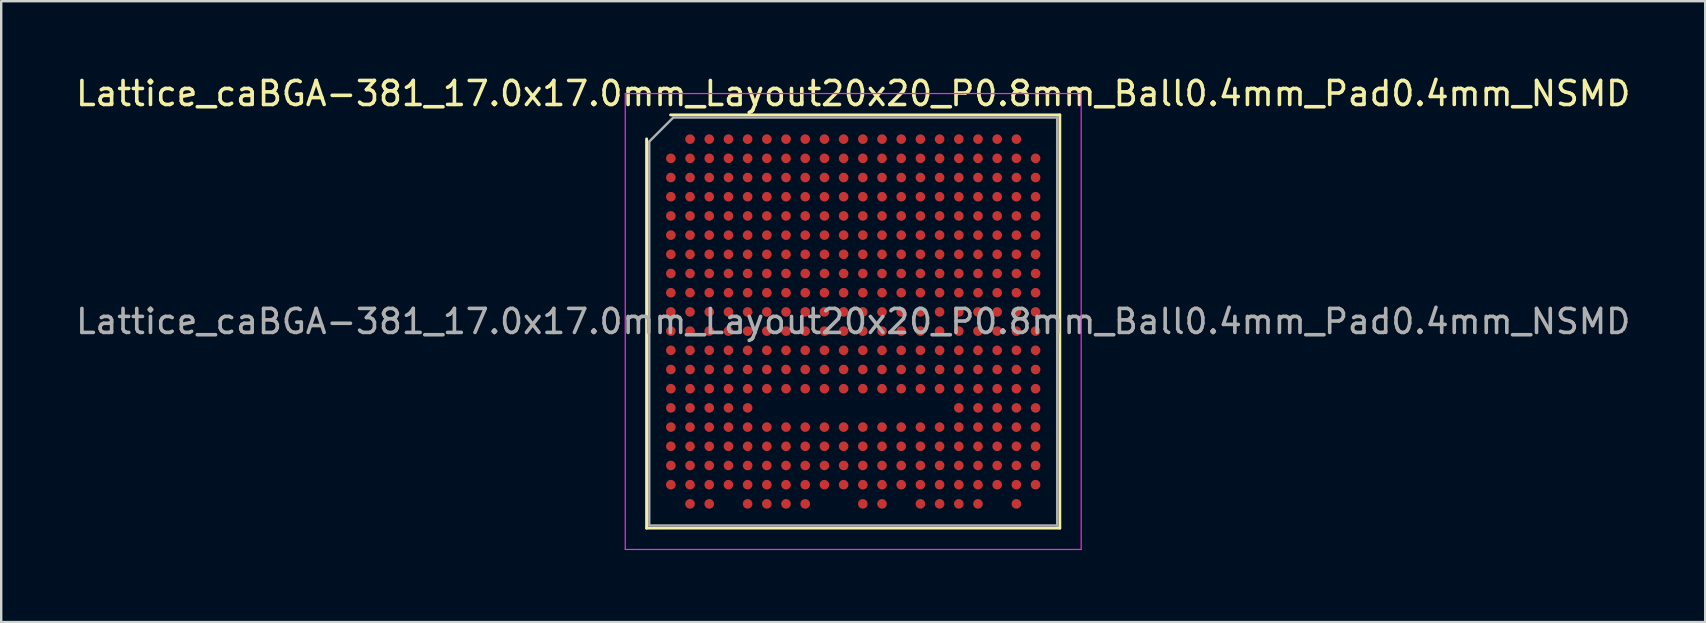
<source format=kicad_pcb>
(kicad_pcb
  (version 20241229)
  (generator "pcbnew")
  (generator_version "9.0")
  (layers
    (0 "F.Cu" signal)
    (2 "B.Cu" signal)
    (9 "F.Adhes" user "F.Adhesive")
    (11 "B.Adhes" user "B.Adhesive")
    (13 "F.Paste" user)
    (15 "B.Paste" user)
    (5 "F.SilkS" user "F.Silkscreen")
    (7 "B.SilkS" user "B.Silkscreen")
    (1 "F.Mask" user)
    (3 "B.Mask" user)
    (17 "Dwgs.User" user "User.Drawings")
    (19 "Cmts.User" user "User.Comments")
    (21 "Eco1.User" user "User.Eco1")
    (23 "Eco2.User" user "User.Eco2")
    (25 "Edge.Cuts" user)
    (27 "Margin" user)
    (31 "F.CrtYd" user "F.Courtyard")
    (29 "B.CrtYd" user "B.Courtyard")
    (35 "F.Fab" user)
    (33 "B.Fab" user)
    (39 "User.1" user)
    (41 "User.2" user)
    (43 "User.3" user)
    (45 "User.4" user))
  (footprint "Lattice_caBGA-381_17.0x17.0mm_Layout20x20_P0.8mm_Ball0.4mm_Pad0.4mm_NSMD"
    (layer "F.Cu")
    (at 32.506 10.348)
    (property "Reference" "Lattice_caBGA-381_17.0x17.0mm_Layout20x20_P0.8mm_Ball0.4mm_Pad0.4mm_NSMD" (at 0 -9.5 0) (layer "F.SilkS") (effects (font (size 1 1) (thickness 0.15))))
    (attr smd)
    (fp_line (start -8.61 8.61) (end -8.61 -7.61) (stroke (width 0.12) (type solid)) (layer "F.SilkS"))
    (fp_line (start -7.61 -8.61) (end 8.61 -8.61) (stroke (width 0.12) (type solid)) (layer "F.SilkS"))
    (fp_line (start 8.61 -8.61) (end 8.61 8.61) (stroke (width 0.12) (type solid)) (layer "F.SilkS"))
    (fp_line (start 8.61 8.61) (end -8.61 8.61) (stroke (width 0.12) (type solid)) (layer "F.SilkS"))
    (fp_line (start -9.5 -9.5) (end -9.5 9.5) (stroke (width 0.05) (type solid)) (layer "F.CrtYd"))
    (fp_line (start -9.5 9.5) (end 9.5 9.5) (stroke (width 0.05) (type solid)) (layer "F.CrtYd"))
    (fp_line (start 9.5 -9.5) (end -9.5 -9.5) (stroke (width 0.05) (type solid)) (layer "F.CrtYd"))
    (fp_line (start 9.5 9.5) (end 9.5 -9.5) (stroke (width 0.05) (type solid)) (layer "F.CrtYd"))
    (fp_line (start -8.5 -7.5) (end -7.5 -8.5) (stroke (width 0.1) (type solid)) (layer "F.Fab"))
    (fp_line (start -8.5 8.5) (end -8.5 -7.5) (stroke (width 0.1) (type solid)) (layer "F.Fab"))
    (fp_line (start -7.5 -8.5) (end 8.5 -8.5) (stroke (width 0.1) (type solid)) (layer "F.Fab"))
    (fp_line (start 8.5 -8.5) (end 8.5 8.5) (stroke (width 0.1) (type solid)) (layer "F.Fab"))
    (fp_line (start 8.5 8.5) (end -8.5 8.5) (stroke (width 0.1) (type solid)) (layer "F.Fab"))
    (fp_text user "${REFERENCE}" (at 0 0 0) (layer "F.Fab") (effects (font (size 1 1) (thickness 0.15))))
    (pad "A2" smd circle (at -6.8 -7.6) (size 0.4 0.4) (layers "F.Cu" "F.Mask" "F.Paste"))
    (pad "A3" smd circle (at -6 -7.6) (size 0.4 0.4) (layers "F.Cu" "F.Mask" "F.Paste"))
    (pad "A4" smd circle (at -5.2 -7.6) (size 0.4 0.4) (layers "F.Cu" "F.Mask" "F.Paste"))
    (pad "A5" smd circle (at -4.4 -7.6) (size 0.4 0.4) (layers "F.Cu" "F.Mask" "F.Paste"))
    (pad "A6" smd circle (at -3.6 -7.6) (size 0.4 0.4) (layers "F.Cu" "F.Mask" "F.Paste"))
    (pad "A7" smd circle (at -2.8 -7.6) (size 0.4 0.4) (layers "F.Cu" "F.Mask" "F.Paste"))
    (pad "A8" smd circle (at -2 -7.6) (size 0.4 0.4) (layers "F.Cu" "F.Mask" "F.Paste"))
    (pad "A9" smd circle (at -1.2 -7.6) (size 0.4 0.4) (layers "F.Cu" "F.Mask" "F.Paste"))
    (pad "A10" smd circle (at -0.4 -7.6) (size 0.4 0.4) (layers "F.Cu" "F.Mask" "F.Paste"))
    (pad "A11" smd circle (at 0.4 -7.6) (size 0.4 0.4) (layers "F.Cu" "F.Mask" "F.Paste"))
    (pad "A12" smd circle (at 1.2 -7.6) (size 0.4 0.4) (layers "F.Cu" "F.Mask" "F.Paste"))
    (pad "A13" smd circle (at 2 -7.6) (size 0.4 0.4) (layers "F.Cu" "F.Mask" "F.Paste"))
    (pad "A14" smd circle (at 2.8 -7.6) (size 0.4 0.4) (layers "F.Cu" "F.Mask" "F.Paste"))
    (pad "A15" smd circle (at 3.6 -7.6) (size 0.4 0.4) (layers "F.Cu" "F.Mask" "F.Paste"))
    (pad "A16" smd circle (at 4.4 -7.6) (size 0.4 0.4) (layers "F.Cu" "F.Mask" "F.Paste"))
    (pad "A17" smd circle (at 5.2 -7.6) (size 0.4 0.4) (layers "F.Cu" "F.Mask" "F.Paste"))
    (pad "A18" smd circle (at 6 -7.6) (size 0.4 0.4) (layers "F.Cu" "F.Mask" "F.Paste"))
    (pad "A19" smd circle (at 6.8 -7.6) (size 0.4 0.4) (layers "F.Cu" "F.Mask" "F.Paste"))
    (pad "B1" smd circle (at -7.6 -6.8) (size 0.4 0.4) (layers "F.Cu" "F.Mask" "F.Paste"))
    (pad "B2" smd circle (at -6.8 -6.8) (size 0.4 0.4) (layers "F.Cu" "F.Mask" "F.Paste"))
    (pad "B3" smd circle (at -6 -6.8) (size 0.4 0.4) (layers "F.Cu" "F.Mask" "F.Paste"))
    (pad "B4" smd circle (at -5.2 -6.8) (size 0.4 0.4) (layers "F.Cu" "F.Mask" "F.Paste"))
    (pad "B5" smd circle (at -4.4 -6.8) (size 0.4 0.4) (layers "F.Cu" "F.Mask" "F.Paste"))
    (pad "B6" smd circle (at -3.6 -6.8) (size 0.4 0.4) (layers "F.Cu" "F.Mask" "F.Paste"))
    (pad "B7" smd circle (at -2.8 -6.8) (size 0.4 0.4) (layers "F.Cu" "F.Mask" "F.Paste"))
    (pad "B8" smd circle (at -2 -6.8) (size 0.4 0.4) (layers "F.Cu" "F.Mask" "F.Paste"))
    (pad "B9" smd circle (at -1.2 -6.8) (size 0.4 0.4) (layers "F.Cu" "F.Mask" "F.Paste"))
    (pad "B10" smd circle (at -0.4 -6.8) (size 0.4 0.4) (layers "F.Cu" "F.Mask" "F.Paste"))
    (pad "B11" smd circle (at 0.4 -6.8) (size 0.4 0.4) (layers "F.Cu" "F.Mask" "F.Paste"))
    (pad "B12" smd circle (at 1.2 -6.8) (size 0.4 0.4) (layers "F.Cu" "F.Mask" "F.Paste"))
    (pad "B13" smd circle (at 2 -6.8) (size 0.4 0.4) (layers "F.Cu" "F.Mask" "F.Paste"))
    (pad "B14" smd circle (at 2.8 -6.8) (size 0.4 0.4) (layers "F.Cu" "F.Mask" "F.Paste"))
    (pad "B15" smd circle (at 3.6 -6.8) (size 0.4 0.4) (layers "F.Cu" "F.Mask" "F.Paste"))
    (pad "B16" smd circle (at 4.4 -6.8) (size 0.4 0.4) (layers "F.Cu" "F.Mask" "F.Paste"))
    (pad "B17" smd circle (at 5.2 -6.8) (size 0.4 0.4) (layers "F.Cu" "F.Mask" "F.Paste"))
    (pad "B18" smd circle (at 6 -6.8) (size 0.4 0.4) (layers "F.Cu" "F.Mask" "F.Paste"))
    (pad "B19" smd circle (at 6.8 -6.8) (size 0.4 0.4) (layers "F.Cu" "F.Mask" "F.Paste"))
    (pad "B20" smd circle (at 7.6 -6.8) (size 0.4 0.4) (layers "F.Cu" "F.Mask" "F.Paste"))
    (pad "C1" smd circle (at -7.6 -6) (size 0.4 0.4) (layers "F.Cu" "F.Mask" "F.Paste"))
    (pad "C2" smd circle (at -6.8 -6) (size 0.4 0.4) (layers "F.Cu" "F.Mask" "F.Paste"))
    (pad "C3" smd circle (at -6 -6) (size 0.4 0.4) (layers "F.Cu" "F.Mask" "F.Paste"))
    (pad "C4" smd circle (at -5.2 -6) (size 0.4 0.4) (layers "F.Cu" "F.Mask" "F.Paste"))
    (pad "C5" smd circle (at -4.4 -6) (size 0.4 0.4) (layers "F.Cu" "F.Mask" "F.Paste"))
    (pad "C6" smd circle (at -3.6 -6) (size 0.4 0.4) (layers "F.Cu" "F.Mask" "F.Paste"))
    (pad "C7" smd circle (at -2.8 -6) (size 0.4 0.4) (layers "F.Cu" "F.Mask" "F.Paste"))
    (pad "C8" smd circle (at -2 -6) (size 0.4 0.4) (layers "F.Cu" "F.Mask" "F.Paste"))
    (pad "C9" smd circle (at -1.2 -6) (size 0.4 0.4) (layers "F.Cu" "F.Mask" "F.Paste"))
    (pad "C10" smd circle (at -0.4 -6) (size 0.4 0.4) (layers "F.Cu" "F.Mask" "F.Paste"))
    (pad "C11" smd circle (at 0.4 -6) (size 0.4 0.4) (layers "F.Cu" "F.Mask" "F.Paste"))
    (pad "C12" smd circle (at 1.2 -6) (size 0.4 0.4) (layers "F.Cu" "F.Mask" "F.Paste"))
    (pad "C13" smd circle (at 2 -6) (size 0.4 0.4) (layers "F.Cu" "F.Mask" "F.Paste"))
    (pad "C14" smd circle (at 2.8 -6) (size 0.4 0.4) (layers "F.Cu" "F.Mask" "F.Paste"))
    (pad "C15" smd circle (at 3.6 -6) (size 0.4 0.4) (layers "F.Cu" "F.Mask" "F.Paste"))
    (pad "C16" smd circle (at 4.4 -6) (size 0.4 0.4) (layers "F.Cu" "F.Mask" "F.Paste"))
    (pad "C17" smd circle (at 5.2 -6) (size 0.4 0.4) (layers "F.Cu" "F.Mask" "F.Paste"))
    (pad "C18" smd circle (at 6 -6) (size 0.4 0.4) (layers "F.Cu" "F.Mask" "F.Paste"))
    (pad "C19" smd circle (at 6.8 -6) (size 0.4 0.4) (layers "F.Cu" "F.Mask" "F.Paste"))
    (pad "C20" smd circle (at 7.6 -6) (size 0.4 0.4) (layers "F.Cu" "F.Mask" "F.Paste"))
    (pad "D1" smd circle (at -7.6 -5.2) (size 0.4 0.4) (layers "F.Cu" "F.Mask" "F.Paste"))
    (pad "D2" smd circle (at -6.8 -5.2) (size 0.4 0.4) (layers "F.Cu" "F.Mask" "F.Paste"))
    (pad "D3" smd circle (at -6 -5.2) (size 0.4 0.4) (layers "F.Cu" "F.Mask" "F.Paste"))
    (pad "D4" smd circle (at -5.2 -5.2) (size 0.4 0.4) (layers "F.Cu" "F.Mask" "F.Paste"))
    (pad "D5" smd circle (at -4.4 -5.2) (size 0.4 0.4) (layers "F.Cu" "F.Mask" "F.Paste"))
    (pad "D6" smd circle (at -3.6 -5.2) (size 0.4 0.4) (layers "F.Cu" "F.Mask" "F.Paste"))
    (pad "D7" smd circle (at -2.8 -5.2) (size 0.4 0.4) (layers "F.Cu" "F.Mask" "F.Paste"))
    (pad "D8" smd circle (at -2 -5.2) (size 0.4 0.4) (layers "F.Cu" "F.Mask" "F.Paste"))
    (pad "D9" smd circle (at -1.2 -5.2) (size 0.4 0.4) (layers "F.Cu" "F.Mask" "F.Paste"))
    (pad "D10" smd circle (at -0.4 -5.2) (size 0.4 0.4) (layers "F.Cu" "F.Mask" "F.Paste"))
    (pad "D11" smd circle (at 0.4 -5.2) (size 0.4 0.4) (layers "F.Cu" "F.Mask" "F.Paste"))
    (pad "D12" smd circle (at 1.2 -5.2) (size 0.4 0.4) (layers "F.Cu" "F.Mask" "F.Paste"))
    (pad "D13" smd circle (at 2 -5.2) (size 0.4 0.4) (layers "F.Cu" "F.Mask" "F.Paste"))
    (pad "D14" smd circle (at 2.8 -5.2) (size 0.4 0.4) (layers "F.Cu" "F.Mask" "F.Paste"))
    (pad "D15" smd circle (at 3.6 -5.2) (size 0.4 0.4) (layers "F.Cu" "F.Mask" "F.Paste"))
    (pad "D16" smd circle (at 4.4 -5.2) (size 0.4 0.4) (layers "F.Cu" "F.Mask" "F.Paste"))
    (pad "D17" smd circle (at 5.2 -5.2) (size 0.4 0.4) (layers "F.Cu" "F.Mask" "F.Paste"))
    (pad "D18" smd circle (at 6 -5.2) (size 0.4 0.4) (layers "F.Cu" "F.Mask" "F.Paste"))
    (pad "D19" smd circle (at 6.8 -5.2) (size 0.4 0.4) (layers "F.Cu" "F.Mask" "F.Paste"))
    (pad "D20" smd circle (at 7.6 -5.2) (size 0.4 0.4) (layers "F.Cu" "F.Mask" "F.Paste"))
    (pad "E1" smd circle (at -7.6 -4.4) (size 0.4 0.4) (layers "F.Cu" "F.Mask" "F.Paste"))
    (pad "E2" smd circle (at -6.8 -4.4) (size 0.4 0.4) (layers "F.Cu" "F.Mask" "F.Paste"))
    (pad "E3" smd circle (at -6 -4.4) (size 0.4 0.4) (layers "F.Cu" "F.Mask" "F.Paste"))
    (pad "E4" smd circle (at -5.2 -4.4) (size 0.4 0.4) (layers "F.Cu" "F.Mask" "F.Paste"))
    (pad "E5" smd circle (at -4.4 -4.4) (size 0.4 0.4) (layers "F.Cu" "F.Mask" "F.Paste"))
    (pad "E6" smd circle (at -3.6 -4.4) (size 0.4 0.4) (layers "F.Cu" "F.Mask" "F.Paste"))
    (pad "E7" smd circle (at -2.8 -4.4) (size 0.4 0.4) (layers "F.Cu" "F.Mask" "F.Paste"))
    (pad "E8" smd circle (at -2 -4.4) (size 0.4 0.4) (layers "F.Cu" "F.Mask" "F.Paste"))
    (pad "E9" smd circle (at -1.2 -4.4) (size 0.4 0.4) (layers "F.Cu" "F.Mask" "F.Paste"))
    (pad "E10" smd circle (at -0.4 -4.4) (size 0.4 0.4) (layers "F.Cu" "F.Mask" "F.Paste"))
    (pad "E11" smd circle (at 0.4 -4.4) (size 0.4 0.4) (layers "F.Cu" "F.Mask" "F.Paste"))
    (pad "E12" smd circle (at 1.2 -4.4) (size 0.4 0.4) (layers "F.Cu" "F.Mask" "F.Paste"))
    (pad "E13" smd circle (at 2 -4.4) (size 0.4 0.4) (layers "F.Cu" "F.Mask" "F.Paste"))
    (pad "E14" smd circle (at 2.8 -4.4) (size 0.4 0.4) (layers "F.Cu" "F.Mask" "F.Paste"))
    (pad "E15" smd circle (at 3.6 -4.4) (size 0.4 0.4) (layers "F.Cu" "F.Mask" "F.Paste"))
    (pad "E16" smd circle (at 4.4 -4.4) (size 0.4 0.4) (layers "F.Cu" "F.Mask" "F.Paste"))
    (pad "E17" smd circle (at 5.2 -4.4) (size 0.4 0.4) (layers "F.Cu" "F.Mask" "F.Paste"))
    (pad "E18" smd circle (at 6 -4.4) (size 0.4 0.4) (layers "F.Cu" "F.Mask" "F.Paste"))
    (pad "E19" smd circle (at 6.8 -4.4) (size 0.4 0.4) (layers "F.Cu" "F.Mask" "F.Paste"))
    (pad "E20" smd circle (at 7.6 -4.4) (size 0.4 0.4) (layers "F.Cu" "F.Mask" "F.Paste"))
    (pad "F1" smd circle (at -7.6 -3.6) (size 0.4 0.4) (layers "F.Cu" "F.Mask" "F.Paste"))
    (pad "F2" smd circle (at -6.8 -3.6) (size 0.4 0.4) (layers "F.Cu" "F.Mask" "F.Paste"))
    (pad "F3" smd circle (at -6 -3.6) (size 0.4 0.4) (layers "F.Cu" "F.Mask" "F.Paste"))
    (pad "F4" smd circle (at -5.2 -3.6) (size 0.4 0.4) (layers "F.Cu" "F.Mask" "F.Paste"))
    (pad "F5" smd circle (at -4.4 -3.6) (size 0.4 0.4) (layers "F.Cu" "F.Mask" "F.Paste"))
    (pad "F6" smd circle (at -3.6 -3.6) (size 0.4 0.4) (layers "F.Cu" "F.Mask" "F.Paste"))
    (pad "F7" smd circle (at -2.8 -3.6) (size 0.4 0.4) (layers "F.Cu" "F.Mask" "F.Paste"))
    (pad "F8" smd circle (at -2 -3.6) (size 0.4 0.4) (layers "F.Cu" "F.Mask" "F.Paste"))
    (pad "F9" smd circle (at -1.2 -3.6) (size 0.4 0.4) (layers "F.Cu" "F.Mask" "F.Paste"))
    (pad "F10" smd circle (at -0.4 -3.6) (size 0.4 0.4) (layers "F.Cu" "F.Mask" "F.Paste"))
    (pad "F11" smd circle (at 0.4 -3.6) (size 0.4 0.4) (layers "F.Cu" "F.Mask" "F.Paste"))
    (pad "F12" smd circle (at 1.2 -3.6) (size 0.4 0.4) (layers "F.Cu" "F.Mask" "F.Paste"))
    (pad "F13" smd circle (at 2 -3.6) (size 0.4 0.4) (layers "F.Cu" "F.Mask" "F.Paste"))
    (pad "F14" smd circle (at 2.8 -3.6) (size 0.4 0.4) (layers "F.Cu" "F.Mask" "F.Paste"))
    (pad "F15" smd circle (at 3.6 -3.6) (size 0.4 0.4) (layers "F.Cu" "F.Mask" "F.Paste"))
    (pad "F16" smd circle (at 4.4 -3.6) (size 0.4 0.4) (layers "F.Cu" "F.Mask" "F.Paste"))
    (pad "F17" smd circle (at 5.2 -3.6) (size 0.4 0.4) (layers "F.Cu" "F.Mask" "F.Paste"))
    (pad "F18" smd circle (at 6 -3.6) (size 0.4 0.4) (layers "F.Cu" "F.Mask" "F.Paste"))
    (pad "F19" smd circle (at 6.8 -3.6) (size 0.4 0.4) (layers "F.Cu" "F.Mask" "F.Paste"))
    (pad "F20" smd circle (at 7.6 -3.6) (size 0.4 0.4) (layers "F.Cu" "F.Mask" "F.Paste"))
    (pad "G1" smd circle (at -7.6 -2.8) (size 0.4 0.4) (layers "F.Cu" "F.Mask" "F.Paste"))
    (pad "G2" smd circle (at -6.8 -2.8) (size 0.4 0.4) (layers "F.Cu" "F.Mask" "F.Paste"))
    (pad "G3" smd circle (at -6 -2.8) (size 0.4 0.4) (layers "F.Cu" "F.Mask" "F.Paste"))
    (pad "G4" smd circle (at -5.2 -2.8) (size 0.4 0.4) (layers "F.Cu" "F.Mask" "F.Paste"))
    (pad "G5" smd circle (at -4.4 -2.8) (size 0.4 0.4) (layers "F.Cu" "F.Mask" "F.Paste"))
    (pad "G6" smd circle (at -3.6 -2.8) (size 0.4 0.4) (layers "F.Cu" "F.Mask" "F.Paste"))
    (pad "G7" smd circle (at -2.8 -2.8) (size 0.4 0.4) (layers "F.Cu" "F.Mask" "F.Paste"))
    (pad "G8" smd circle (at -2 -2.8) (size 0.4 0.4) (layers "F.Cu" "F.Mask" "F.Paste"))
    (pad "G9" smd circle (at -1.2 -2.8) (size 0.4 0.4) (layers "F.Cu" "F.Mask" "F.Paste"))
    (pad "G10" smd circle (at -0.4 -2.8) (size 0.4 0.4) (layers "F.Cu" "F.Mask" "F.Paste"))
    (pad "G11" smd circle (at 0.4 -2.8) (size 0.4 0.4) (layers "F.Cu" "F.Mask" "F.Paste"))
    (pad "G12" smd circle (at 1.2 -2.8) (size 0.4 0.4) (layers "F.Cu" "F.Mask" "F.Paste"))
    (pad "G13" smd circle (at 2 -2.8) (size 0.4 0.4) (layers "F.Cu" "F.Mask" "F.Paste"))
    (pad "G14" smd circle (at 2.8 -2.8) (size 0.4 0.4) (layers "F.Cu" "F.Mask" "F.Paste"))
    (pad "G15" smd circle (at 3.6 -2.8) (size 0.4 0.4) (layers "F.Cu" "F.Mask" "F.Paste"))
    (pad "G16" smd circle (at 4.4 -2.8) (size 0.4 0.4) (layers "F.Cu" "F.Mask" "F.Paste"))
    (pad "G17" smd circle (at 5.2 -2.8) (size 0.4 0.4) (layers "F.Cu" "F.Mask" "F.Paste"))
    (pad "G18" smd circle (at 6 -2.8) (size 0.4 0.4) (layers "F.Cu" "F.Mask" "F.Paste"))
    (pad "G19" smd circle (at 6.8 -2.8) (size 0.4 0.4) (layers "F.Cu" "F.Mask" "F.Paste"))
    (pad "G20" smd circle (at 7.6 -2.8) (size 0.4 0.4) (layers "F.Cu" "F.Mask" "F.Paste"))
    (pad "H1" smd circle (at -7.6 -2) (size 0.4 0.4) (layers "F.Cu" "F.Mask" "F.Paste"))
    (pad "H2" smd circle (at -6.8 -2) (size 0.4 0.4) (layers "F.Cu" "F.Mask" "F.Paste"))
    (pad "H3" smd circle (at -6 -2) (size 0.4 0.4) (layers "F.Cu" "F.Mask" "F.Paste"))
    (pad "H4" smd circle (at -5.2 -2) (size 0.4 0.4) (layers "F.Cu" "F.Mask" "F.Paste"))
    (pad "H5" smd circle (at -4.4 -2) (size 0.4 0.4) (layers "F.Cu" "F.Mask" "F.Paste"))
    (pad "H6" smd circle (at -3.6 -2) (size 0.4 0.4) (layers "F.Cu" "F.Mask" "F.Paste"))
    (pad "H7" smd circle (at -2.8 -2) (size 0.4 0.4) (layers "F.Cu" "F.Mask" "F.Paste"))
    (pad "H8" smd circle (at -2 -2) (size 0.4 0.4) (layers "F.Cu" "F.Mask" "F.Paste"))
    (pad "H9" smd circle (at -1.2 -2) (size 0.4 0.4) (layers "F.Cu" "F.Mask" "F.Paste"))
    (pad "H10" smd circle (at -0.4 -2) (size 0.4 0.4) (layers "F.Cu" "F.Mask" "F.Paste"))
    (pad "H11" smd circle (at 0.4 -2) (size 0.4 0.4) (layers "F.Cu" "F.Mask" "F.Paste"))
    (pad "H12" smd circle (at 1.2 -2) (size 0.4 0.4) (layers "F.Cu" "F.Mask" "F.Paste"))
    (pad "H13" smd circle (at 2 -2) (size 0.4 0.4) (layers "F.Cu" "F.Mask" "F.Paste"))
    (pad "H14" smd circle (at 2.8 -2) (size 0.4 0.4) (layers "F.Cu" "F.Mask" "F.Paste"))
    (pad "H15" smd circle (at 3.6 -2) (size 0.4 0.4) (layers "F.Cu" "F.Mask" "F.Paste"))
    (pad "H16" smd circle (at 4.4 -2) (size 0.4 0.4) (layers "F.Cu" "F.Mask" "F.Paste"))
    (pad "H17" smd circle (at 5.2 -2) (size 0.4 0.4) (layers "F.Cu" "F.Mask" "F.Paste"))
    (pad "H18" smd circle (at 6 -2) (size 0.4 0.4) (layers "F.Cu" "F.Mask" "F.Paste"))
    (pad "H19" smd circle (at 6.8 -2) (size 0.4 0.4) (layers "F.Cu" "F.Mask" "F.Paste"))
    (pad "H20" smd circle (at 7.6 -2) (size 0.4 0.4) (layers "F.Cu" "F.Mask" "F.Paste"))
    (pad "J1" smd circle (at -7.6 -1.2) (size 0.4 0.4) (layers "F.Cu" "F.Mask" "F.Paste"))
    (pad "J2" smd circle (at -6.8 -1.2) (size 0.4 0.4) (layers "F.Cu" "F.Mask" "F.Paste"))
    (pad "J3" smd circle (at -6 -1.2) (size 0.4 0.4) (layers "F.Cu" "F.Mask" "F.Paste"))
    (pad "J4" smd circle (at -5.2 -1.2) (size 0.4 0.4) (layers "F.Cu" "F.Mask" "F.Paste"))
    (pad "J5" smd circle (at -4.4 -1.2) (size 0.4 0.4) (layers "F.Cu" "F.Mask" "F.Paste"))
    (pad "J6" smd circle (at -3.6 -1.2) (size 0.4 0.4) (layers "F.Cu" "F.Mask" "F.Paste"))
    (pad "J7" smd circle (at -2.8 -1.2) (size 0.4 0.4) (layers "F.Cu" "F.Mask" "F.Paste"))
    (pad "J8" smd circle (at -2 -1.2) (size 0.4 0.4) (layers "F.Cu" "F.Mask" "F.Paste"))
    (pad "J9" smd circle (at -1.2 -1.2) (size 0.4 0.4) (layers "F.Cu" "F.Mask" "F.Paste"))
    (pad "J10" smd circle (at -0.4 -1.2) (size 0.4 0.4) (layers "F.Cu" "F.Mask" "F.Paste"))
    (pad "J11" smd circle (at 0.4 -1.2) (size 0.4 0.4) (layers "F.Cu" "F.Mask" "F.Paste"))
    (pad "J12" smd circle (at 1.2 -1.2) (size 0.4 0.4) (layers "F.Cu" "F.Mask" "F.Paste"))
    (pad "J13" smd circle (at 2 -1.2) (size 0.4 0.4) (layers "F.Cu" "F.Mask" "F.Paste"))
    (pad "J14" smd circle (at 2.8 -1.2) (size 0.4 0.4) (layers "F.Cu" "F.Mask" "F.Paste"))
    (pad "J15" smd circle (at 3.6 -1.2) (size 0.4 0.4) (layers "F.Cu" "F.Mask" "F.Paste"))
    (pad "J16" smd circle (at 4.4 -1.2) (size 0.4 0.4) (layers "F.Cu" "F.Mask" "F.Paste"))
    (pad "J17" smd circle (at 5.2 -1.2) (size 0.4 0.4) (layers "F.Cu" "F.Mask" "F.Paste"))
    (pad "J18" smd circle (at 6 -1.2) (size 0.4 0.4) (layers "F.Cu" "F.Mask" "F.Paste"))
    (pad "J19" smd circle (at 6.8 -1.2) (size 0.4 0.4) (layers "F.Cu" "F.Mask" "F.Paste"))
    (pad "J20" smd circle (at 7.6 -1.2) (size 0.4 0.4) (layers "F.Cu" "F.Mask" "F.Paste"))
    (pad "K1" smd circle (at -7.6 -0.4) (size 0.4 0.4) (layers "F.Cu" "F.Mask" "F.Paste"))
    (pad "K2" smd circle (at -6.8 -0.4) (size 0.4 0.4) (layers "F.Cu" "F.Mask" "F.Paste"))
    (pad "K3" smd circle (at -6 -0.4) (size 0.4 0.4) (layers "F.Cu" "F.Mask" "F.Paste"))
    (pad "K4" smd circle (at -5.2 -0.4) (size 0.4 0.4) (layers "F.Cu" "F.Mask" "F.Paste"))
    (pad "K5" smd circle (at -4.4 -0.4) (size 0.4 0.4) (layers "F.Cu" "F.Mask" "F.Paste"))
    (pad "K6" smd circle (at -3.6 -0.4) (size 0.4 0.4) (layers "F.Cu" "F.Mask" "F.Paste"))
    (pad "K7" smd circle (at -2.8 -0.4) (size 0.4 0.4) (layers "F.Cu" "F.Mask" "F.Paste"))
    (pad "K8" smd circle (at -2 -0.4) (size 0.4 0.4) (layers "F.Cu" "F.Mask" "F.Paste"))
    (pad "K9" smd circle (at -1.2 -0.4) (size 0.4 0.4) (layers "F.Cu" "F.Mask" "F.Paste"))
    (pad "K10" smd circle (at -0.4 -0.4) (size 0.4 0.4) (layers "F.Cu" "F.Mask" "F.Paste"))
    (pad "K11" smd circle (at 0.4 -0.4) (size 0.4 0.4) (layers "F.Cu" "F.Mask" "F.Paste"))
    (pad "K12" smd circle (at 1.2 -0.4) (size 0.4 0.4) (layers "F.Cu" "F.Mask" "F.Paste"))
    (pad "K13" smd circle (at 2 -0.4) (size 0.4 0.4) (layers "F.Cu" "F.Mask" "F.Paste"))
    (pad "K14" smd circle (at 2.8 -0.4) (size 0.4 0.4) (layers "F.Cu" "F.Mask" "F.Paste"))
    (pad "K15" smd circle (at 3.6 -0.4) (size 0.4 0.4) (layers "F.Cu" "F.Mask" "F.Paste"))
    (pad "K16" smd circle (at 4.4 -0.4) (size 0.4 0.4) (layers "F.Cu" "F.Mask" "F.Paste"))
    (pad "K17" smd circle (at 5.2 -0.4) (size 0.4 0.4) (layers "F.Cu" "F.Mask" "F.Paste"))
    (pad "K18" smd circle (at 6 -0.4) (size 0.4 0.4) (layers "F.Cu" "F.Mask" "F.Paste"))
    (pad "K19" smd circle (at 6.8 -0.4) (size 0.4 0.4) (layers "F.Cu" "F.Mask" "F.Paste"))
    (pad "K20" smd circle (at 7.6 -0.4) (size 0.4 0.4) (layers "F.Cu" "F.Mask" "F.Paste"))
    (pad "L1" smd circle (at -7.6 0.4) (size 0.4 0.4) (layers "F.Cu" "F.Mask" "F.Paste"))
    (pad "L2" smd circle (at -6.8 0.4) (size 0.4 0.4) (layers "F.Cu" "F.Mask" "F.Paste"))
    (pad "L3" smd circle (at -6 0.4) (size 0.4 0.4) (layers "F.Cu" "F.Mask" "F.Paste"))
    (pad "L4" smd circle (at -5.2 0.4) (size 0.4 0.4) (layers "F.Cu" "F.Mask" "F.Paste"))
    (pad "L5" smd circle (at -4.4 0.4) (size 0.4 0.4) (layers "F.Cu" "F.Mask" "F.Paste"))
    (pad "L6" smd circle (at -3.6 0.4) (size 0.4 0.4) (layers "F.Cu" "F.Mask" "F.Paste"))
    (pad "L7" smd circle (at -2.8 0.4) (size 0.4 0.4) (layers "F.Cu" "F.Mask" "F.Paste"))
    (pad "L8" smd circle (at -2 0.4) (size 0.4 0.4) (layers "F.Cu" "F.Mask" "F.Paste"))
    (pad "L9" smd circle (at -1.2 0.4) (size 0.4 0.4) (layers "F.Cu" "F.Mask" "F.Paste"))
    (pad "L10" smd circle (at -0.4 0.4) (size 0.4 0.4) (layers "F.Cu" "F.Mask" "F.Paste"))
    (pad "L11" smd circle (at 0.4 0.4) (size 0.4 0.4) (layers "F.Cu" "F.Mask" "F.Paste"))
    (pad "L12" smd circle (at 1.2 0.4) (size 0.4 0.4) (layers "F.Cu" "F.Mask" "F.Paste"))
    (pad "L13" smd circle (at 2 0.4) (size 0.4 0.4) (layers "F.Cu" "F.Mask" "F.Paste"))
    (pad "L14" smd circle (at 2.8 0.4) (size 0.4 0.4) (layers "F.Cu" "F.Mask" "F.Paste"))
    (pad "L15" smd circle (at 3.6 0.4) (size 0.4 0.4) (layers "F.Cu" "F.Mask" "F.Paste"))
    (pad "L16" smd circle (at 4.4 0.4) (size 0.4 0.4) (layers "F.Cu" "F.Mask" "F.Paste"))
    (pad "L17" smd circle (at 5.2 0.4) (size 0.4 0.4) (layers "F.Cu" "F.Mask" "F.Paste"))
    (pad "L18" smd circle (at 6 0.4) (size 0.4 0.4) (layers "F.Cu" "F.Mask" "F.Paste"))
    (pad "L19" smd circle (at 6.8 0.4) (size 0.4 0.4) (layers "F.Cu" "F.Mask" "F.Paste"))
    (pad "L20" smd circle (at 7.6 0.4) (size 0.4 0.4) (layers "F.Cu" "F.Mask" "F.Paste"))
    (pad "M1" smd circle (at -7.6 1.2) (size 0.4 0.4) (layers "F.Cu" "F.Mask" "F.Paste"))
    (pad "M2" smd circle (at -6.8 1.2) (size 0.4 0.4) (layers "F.Cu" "F.Mask" "F.Paste"))
    (pad "M3" smd circle (at -6 1.2) (size 0.4 0.4) (layers "F.Cu" "F.Mask" "F.Paste"))
    (pad "M4" smd circle (at -5.2 1.2) (size 0.4 0.4) (layers "F.Cu" "F.Mask" "F.Paste"))
    (pad "M5" smd circle (at -4.4 1.2) (size 0.4 0.4) (layers "F.Cu" "F.Mask" "F.Paste"))
    (pad "M6" smd circle (at -3.6 1.2) (size 0.4 0.4) (layers "F.Cu" "F.Mask" "F.Paste"))
    (pad "M7" smd circle (at -2.8 1.2) (size 0.4 0.4) (layers "F.Cu" "F.Mask" "F.Paste"))
    (pad "M8" smd circle (at -2 1.2) (size 0.4 0.4) (layers "F.Cu" "F.Mask" "F.Paste"))
    (pad "M9" smd circle (at -1.2 1.2) (size 0.4 0.4) (layers "F.Cu" "F.Mask" "F.Paste"))
    (pad "M10" smd circle (at -0.4 1.2) (size 0.4 0.4) (layers "F.Cu" "F.Mask" "F.Paste"))
    (pad "M11" smd circle (at 0.4 1.2) (size 0.4 0.4) (layers "F.Cu" "F.Mask" "F.Paste"))
    (pad "M12" smd circle (at 1.2 1.2) (size 0.4 0.4) (layers "F.Cu" "F.Mask" "F.Paste"))
    (pad "M13" smd circle (at 2 1.2) (size 0.4 0.4) (layers "F.Cu" "F.Mask" "F.Paste"))
    (pad "M14" smd circle (at 2.8 1.2) (size 0.4 0.4) (layers "F.Cu" "F.Mask" "F.Paste"))
    (pad "M15" smd circle (at 3.6 1.2) (size 0.4 0.4) (layers "F.Cu" "F.Mask" "F.Paste"))
    (pad "M16" smd circle (at 4.4 1.2) (size 0.4 0.4) (layers "F.Cu" "F.Mask" "F.Paste"))
    (pad "M17" smd circle (at 5.2 1.2) (size 0.4 0.4) (layers "F.Cu" "F.Mask" "F.Paste"))
    (pad "M18" smd circle (at 6 1.2) (size 0.4 0.4) (layers "F.Cu" "F.Mask" "F.Paste"))
    (pad "M19" smd circle (at 6.8 1.2) (size 0.4 0.4) (layers "F.Cu" "F.Mask" "F.Paste"))
    (pad "M20" smd circle (at 7.6 1.2) (size 0.4 0.4) (layers "F.Cu" "F.Mask" "F.Paste"))
    (pad "N1" smd circle (at -7.6 2) (size 0.4 0.4) (layers "F.Cu" "F.Mask" "F.Paste"))
    (pad "N2" smd circle (at -6.8 2) (size 0.4 0.4) (layers "F.Cu" "F.Mask" "F.Paste"))
    (pad "N3" smd circle (at -6 2) (size 0.4 0.4) (layers "F.Cu" "F.Mask" "F.Paste"))
    (pad "N4" smd circle (at -5.2 2) (size 0.4 0.4) (layers "F.Cu" "F.Mask" "F.Paste"))
    (pad "N5" smd circle (at -4.4 2) (size 0.4 0.4) (layers "F.Cu" "F.Mask" "F.Paste"))
    (pad "N6" smd circle (at -3.6 2) (size 0.4 0.4) (layers "F.Cu" "F.Mask" "F.Paste"))
    (pad "N7" smd circle (at -2.8 2) (size 0.4 0.4) (layers "F.Cu" "F.Mask" "F.Paste"))
    (pad "N8" smd circle (at -2 2) (size 0.4 0.4) (layers "F.Cu" "F.Mask" "F.Paste"))
    (pad "N9" smd circle (at -1.2 2) (size 0.4 0.4) (layers "F.Cu" "F.Mask" "F.Paste"))
    (pad "N10" smd circle (at -0.4 2) (size 0.4 0.4) (layers "F.Cu" "F.Mask" "F.Paste"))
    (pad "N11" smd circle (at 0.4 2) (size 0.4 0.4) (layers "F.Cu" "F.Mask" "F.Paste"))
    (pad "N12" smd circle (at 1.2 2) (size 0.4 0.4) (layers "F.Cu" "F.Mask" "F.Paste"))
    (pad "N13" smd circle (at 2 2) (size 0.4 0.4) (layers "F.Cu" "F.Mask" "F.Paste"))
    (pad "N14" smd circle (at 2.8 2) (size 0.4 0.4) (layers "F.Cu" "F.Mask" "F.Paste"))
    (pad "N15" smd circle (at 3.6 2) (size 0.4 0.4) (layers "F.Cu" "F.Mask" "F.Paste"))
    (pad "N16" smd circle (at 4.4 2) (size 0.4 0.4) (layers "F.Cu" "F.Mask" "F.Paste"))
    (pad "N17" smd circle (at 5.2 2) (size 0.4 0.4) (layers "F.Cu" "F.Mask" "F.Paste"))
    (pad "N18" smd circle (at 6 2) (size 0.4 0.4) (layers "F.Cu" "F.Mask" "F.Paste"))
    (pad "N19" smd circle (at 6.8 2) (size 0.4 0.4) (layers "F.Cu" "F.Mask" "F.Paste"))
    (pad "N20" smd circle (at 7.6 2) (size 0.4 0.4) (layers "F.Cu" "F.Mask" "F.Paste"))
    (pad "P1" smd circle (at -7.6 2.8) (size 0.4 0.4) (layers "F.Cu" "F.Mask" "F.Paste"))
    (pad "P2" smd circle (at -6.8 2.8) (size 0.4 0.4) (layers "F.Cu" "F.Mask" "F.Paste"))
    (pad "P3" smd circle (at -6 2.8) (size 0.4 0.4) (layers "F.Cu" "F.Mask" "F.Paste"))
    (pad "P4" smd circle (at -5.2 2.8) (size 0.4 0.4) (layers "F.Cu" "F.Mask" "F.Paste"))
    (pad "P5" smd circle (at -4.4 2.8) (size 0.4 0.4) (layers "F.Cu" "F.Mask" "F.Paste"))
    (pad "P6" smd circle (at -3.6 2.8) (size 0.4 0.4) (layers "F.Cu" "F.Mask" "F.Paste"))
    (pad "P7" smd circle (at -2.8 2.8) (size 0.4 0.4) (layers "F.Cu" "F.Mask" "F.Paste"))
    (pad "P8" smd circle (at -2 2.8) (size 0.4 0.4) (layers "F.Cu" "F.Mask" "F.Paste"))
    (pad "P9" smd circle (at -1.2 2.8) (size 0.4 0.4) (layers "F.Cu" "F.Mask" "F.Paste"))
    (pad "P10" smd circle (at -0.4 2.8) (size 0.4 0.4) (layers "F.Cu" "F.Mask" "F.Paste"))
    (pad "P11" smd circle (at 0.4 2.8) (size 0.4 0.4) (layers "F.Cu" "F.Mask" "F.Paste"))
    (pad "P12" smd circle (at 1.2 2.8) (size 0.4 0.4) (layers "F.Cu" "F.Mask" "F.Paste"))
    (pad "P13" smd circle (at 2 2.8) (size 0.4 0.4) (layers "F.Cu" "F.Mask" "F.Paste"))
    (pad "P14" smd circle (at 2.8 2.8) (size 0.4 0.4) (layers "F.Cu" "F.Mask" "F.Paste"))
    (pad "P15" smd circle (at 3.6 2.8) (size 0.4 0.4) (layers "F.Cu" "F.Mask" "F.Paste"))
    (pad "P16" smd circle (at 4.4 2.8) (size 0.4 0.4) (layers "F.Cu" "F.Mask" "F.Paste"))
    (pad "P17" smd circle (at 5.2 2.8) (size 0.4 0.4) (layers "F.Cu" "F.Mask" "F.Paste"))
    (pad "P18" smd circle (at 6 2.8) (size 0.4 0.4) (layers "F.Cu" "F.Mask" "F.Paste"))
    (pad "P19" smd circle (at 6.8 2.8) (size 0.4 0.4) (layers "F.Cu" "F.Mask" "F.Paste"))
    (pad "P20" smd circle (at 7.6 2.8) (size 0.4 0.4) (layers "F.Cu" "F.Mask" "F.Paste"))
    (pad "R1" smd circle (at -7.6 3.6) (size 0.4 0.4) (layers "F.Cu" "F.Mask" "F.Paste"))
    (pad "R2" smd circle (at -6.8 3.6) (size 0.4 0.4) (layers "F.Cu" "F.Mask" "F.Paste"))
    (pad "R3" smd circle (at -6 3.6) (size 0.4 0.4) (layers "F.Cu" "F.Mask" "F.Paste"))
    (pad "R4" smd circle (at -5.2 3.6) (size 0.4 0.4) (layers "F.Cu" "F.Mask" "F.Paste"))
    (pad "R5" smd circle (at -4.4 3.6) (size 0.4 0.4) (layers "F.Cu" "F.Mask" "F.Paste"))
    (pad "R16" smd circle (at 4.4 3.6) (size 0.4 0.4) (layers "F.Cu" "F.Mask" "F.Paste"))
    (pad "R17" smd circle (at 5.2 3.6) (size 0.4 0.4) (layers "F.Cu" "F.Mask" "F.Paste"))
    (pad "R18" smd circle (at 6 3.6) (size 0.4 0.4) (layers "F.Cu" "F.Mask" "F.Paste"))
    (pad "R19" smd circle (at 6.8 3.6) (size 0.4 0.4) (layers "F.Cu" "F.Mask" "F.Paste"))
    (pad "R20" smd circle (at 7.6 3.6) (size 0.4 0.4) (layers "F.Cu" "F.Mask" "F.Paste"))
    (pad "T1" smd circle (at -7.6 4.4) (size 0.4 0.4) (layers "F.Cu" "F.Mask" "F.Paste"))
    (pad "T2" smd circle (at -6.8 4.4) (size 0.4 0.4) (layers "F.Cu" "F.Mask" "F.Paste"))
    (pad "T3" smd circle (at -6 4.4) (size 0.4 0.4) (layers "F.Cu" "F.Mask" "F.Paste"))
    (pad "T4" smd circle (at -5.2 4.4) (size 0.4 0.4) (layers "F.Cu" "F.Mask" "F.Paste"))
    (pad "T5" smd circle (at -4.4 4.4) (size 0.4 0.4) (layers "F.Cu" "F.Mask" "F.Paste"))
    (pad "T6" smd circle (at -3.6 4.4) (size 0.4 0.4) (layers "F.Cu" "F.Mask" "F.Paste"))
    (pad "T7" smd circle (at -2.8 4.4) (size 0.4 0.4) (layers "F.Cu" "F.Mask" "F.Paste"))
    (pad "T8" smd circle (at -2 4.4) (size 0.4 0.4) (layers "F.Cu" "F.Mask" "F.Paste"))
    (pad "T9" smd circle (at -1.2 4.4) (size 0.4 0.4) (layers "F.Cu" "F.Mask" "F.Paste"))
    (pad "T10" smd circle (at -0.4 4.4) (size 0.4 0.4) (layers "F.Cu" "F.Mask" "F.Paste"))
    (pad "T11" smd circle (at 0.4 4.4) (size 0.4 0.4) (layers "F.Cu" "F.Mask" "F.Paste"))
    (pad "T12" smd circle (at 1.2 4.4) (size 0.4 0.4) (layers "F.Cu" "F.Mask" "F.Paste"))
    (pad "T13" smd circle (at 2 4.4) (size 0.4 0.4) (layers "F.Cu" "F.Mask" "F.Paste"))
    (pad "T14" smd circle (at 2.8 4.4) (size 0.4 0.4) (layers "F.Cu" "F.Mask" "F.Paste"))
    (pad "T15" smd circle (at 3.6 4.4) (size 0.4 0.4) (layers "F.Cu" "F.Mask" "F.Paste"))
    (pad "T16" smd circle (at 4.4 4.4) (size 0.4 0.4) (layers "F.Cu" "F.Mask" "F.Paste"))
    (pad "T17" smd circle (at 5.2 4.4) (size 0.4 0.4) (layers "F.Cu" "F.Mask" "F.Paste"))
    (pad "T18" smd circle (at 6 4.4) (size 0.4 0.4) (layers "F.Cu" "F.Mask" "F.Paste"))
    (pad "T19" smd circle (at 6.8 4.4) (size 0.4 0.4) (layers "F.Cu" "F.Mask" "F.Paste"))
    (pad "T20" smd circle (at 7.6 4.4) (size 0.4 0.4) (layers "F.Cu" "F.Mask" "F.Paste"))
    (pad "U1" smd circle (at -7.6 5.2) (size 0.4 0.4) (layers "F.Cu" "F.Mask" "F.Paste"))
    (pad "U2" smd circle (at -6.8 5.2) (size 0.4 0.4) (layers "F.Cu" "F.Mask" "F.Paste"))
    (pad "U3" smd circle (at -6 5.2) (size 0.4 0.4) (layers "F.Cu" "F.Mask" "F.Paste"))
    (pad "U4" smd circle (at -5.2 5.2) (size 0.4 0.4) (layers "F.Cu" "F.Mask" "F.Paste"))
    (pad "U5" smd circle (at -4.4 5.2) (size 0.4 0.4) (layers "F.Cu" "F.Mask" "F.Paste"))
    (pad "U6" smd circle (at -3.6 5.2) (size 0.4 0.4) (layers "F.Cu" "F.Mask" "F.Paste"))
    (pad "U7" smd circle (at -2.8 5.2) (size 0.4 0.4) (layers "F.Cu" "F.Mask" "F.Paste"))
    (pad "U8" smd circle (at -2 5.2) (size 0.4 0.4) (layers "F.Cu" "F.Mask" "F.Paste"))
    (pad "U9" smd circle (at -1.2 5.2) (size 0.4 0.4) (layers "F.Cu" "F.Mask" "F.Paste"))
    (pad "U10" smd circle (at -0.4 5.2) (size 0.4 0.4) (layers "F.Cu" "F.Mask" "F.Paste"))
    (pad "U11" smd circle (at 0.4 5.2) (size 0.4 0.4) (layers "F.Cu" "F.Mask" "F.Paste"))
    (pad "U12" smd circle (at 1.2 5.2) (size 0.4 0.4) (layers "F.Cu" "F.Mask" "F.Paste"))
    (pad "U13" smd circle (at 2 5.2) (size 0.4 0.4) (layers "F.Cu" "F.Mask" "F.Paste"))
    (pad "U14" smd circle (at 2.8 5.2) (size 0.4 0.4) (layers "F.Cu" "F.Mask" "F.Paste"))
    (pad "U15" smd circle (at 3.6 5.2) (size 0.4 0.4) (layers "F.Cu" "F.Mask" "F.Paste"))
    (pad "U16" smd circle (at 4.4 5.2) (size 0.4 0.4) (layers "F.Cu" "F.Mask" "F.Paste"))
    (pad "U17" smd circle (at 5.2 5.2) (size 0.4 0.4) (layers "F.Cu" "F.Mask" "F.Paste"))
    (pad "U18" smd circle (at 6 5.2) (size 0.4 0.4) (layers "F.Cu" "F.Mask" "F.Paste"))
    (pad "U19" smd circle (at 6.8 5.2) (size 0.4 0.4) (layers "F.Cu" "F.Mask" "F.Paste"))
    (pad "U20" smd circle (at 7.6 5.2) (size 0.4 0.4) (layers "F.Cu" "F.Mask" "F.Paste"))
    (pad "V1" smd circle (at -7.6 6) (size 0.4 0.4) (layers "F.Cu" "F.Mask" "F.Paste"))
    (pad "V2" smd circle (at -6.8 6) (size 0.4 0.4) (layers "F.Cu" "F.Mask" "F.Paste"))
    (pad "V3" smd circle (at -6 6) (size 0.4 0.4) (layers "F.Cu" "F.Mask" "F.Paste"))
    (pad "V4" smd circle (at -5.2 6) (size 0.4 0.4) (layers "F.Cu" "F.Mask" "F.Paste"))
    (pad "V5" smd circle (at -4.4 6) (size 0.4 0.4) (layers "F.Cu" "F.Mask" "F.Paste"))
    (pad "V6" smd circle (at -3.6 6) (size 0.4 0.4) (layers "F.Cu" "F.Mask" "F.Paste"))
    (pad "V7" smd circle (at -2.8 6) (size 0.4 0.4) (layers "F.Cu" "F.Mask" "F.Paste"))
    (pad "V8" smd circle (at -2 6) (size 0.4 0.4) (layers "F.Cu" "F.Mask" "F.Paste"))
    (pad "V9" smd circle (at -1.2 6) (size 0.4 0.4) (layers "F.Cu" "F.Mask" "F.Paste"))
    (pad "V10" smd circle (at -0.4 6) (size 0.4 0.4) (layers "F.Cu" "F.Mask" "F.Paste"))
    (pad "V11" smd circle (at 0.4 6) (size 0.4 0.4) (layers "F.Cu" "F.Mask" "F.Paste"))
    (pad "V12" smd circle (at 1.2 6) (size 0.4 0.4) (layers "F.Cu" "F.Mask" "F.Paste"))
    (pad "V13" smd circle (at 2 6) (size 0.4 0.4) (layers "F.Cu" "F.Mask" "F.Paste"))
    (pad "V14" smd circle (at 2.8 6) (size 0.4 0.4) (layers "F.Cu" "F.Mask" "F.Paste"))
    (pad "V15" smd circle (at 3.6 6) (size 0.4 0.4) (layers "F.Cu" "F.Mask" "F.Paste"))
    (pad "V16" smd circle (at 4.4 6) (size 0.4 0.4) (layers "F.Cu" "F.Mask" "F.Paste"))
    (pad "V17" smd circle (at 5.2 6) (size 0.4 0.4) (layers "F.Cu" "F.Mask" "F.Paste"))
    (pad "V18" smd circle (at 6 6) (size 0.4 0.4) (layers "F.Cu" "F.Mask" "F.Paste"))
    (pad "V19" smd circle (at 6.8 6) (size 0.4 0.4) (layers "F.Cu" "F.Mask" "F.Paste"))
    (pad "V20" smd circle (at 7.6 6) (size 0.4 0.4) (layers "F.Cu" "F.Mask" "F.Paste"))
    (pad "W1" smd circle (at -7.6 6.8) (size 0.4 0.4) (layers "F.Cu" "F.Mask" "F.Paste"))
    (pad "W2" smd circle (at -6.8 6.8) (size 0.4 0.4) (layers "F.Cu" "F.Mask" "F.Paste"))
    (pad "W3" smd circle (at -6 6.8) (size 0.4 0.4) (layers "F.Cu" "F.Mask" "F.Paste"))
    (pad "W4" smd circle (at -5.2 6.8) (size 0.4 0.4) (layers "F.Cu" "F.Mask" "F.Paste"))
    (pad "W5" smd circle (at -4.4 6.8) (size 0.4 0.4) (layers "F.Cu" "F.Mask" "F.Paste"))
    (pad "W6" smd circle (at -3.6 6.8) (size 0.4 0.4) (layers "F.Cu" "F.Mask" "F.Paste"))
    (pad "W7" smd circle (at -2.8 6.8) (size 0.4 0.4) (layers "F.Cu" "F.Mask" "F.Paste"))
    (pad "W8" smd circle (at -2 6.8) (size 0.4 0.4) (layers "F.Cu" "F.Mask" "F.Paste"))
    (pad "W9" smd circle (at -1.2 6.8) (size 0.4 0.4) (layers "F.Cu" "F.Mask" "F.Paste"))
    (pad "W10" smd circle (at -0.4 6.8) (size 0.4 0.4) (layers "F.Cu" "F.Mask" "F.Paste"))
    (pad "W11" smd circle (at 0.4 6.8) (size 0.4 0.4) (layers "F.Cu" "F.Mask" "F.Paste"))
    (pad "W12" smd circle (at 1.2 6.8) (size 0.4 0.4) (layers "F.Cu" "F.Mask" "F.Paste"))
    (pad "W13" smd circle (at 2 6.8) (size 0.4 0.4) (layers "F.Cu" "F.Mask" "F.Paste"))
    (pad "W14" smd circle (at 2.8 6.8) (size 0.4 0.4) (layers "F.Cu" "F.Mask" "F.Paste"))
    (pad "W15" smd circle (at 3.6 6.8) (size 0.4 0.4) (layers "F.Cu" "F.Mask" "F.Paste"))
    (pad "W16" smd circle (at 4.4 6.8) (size 0.4 0.4) (layers "F.Cu" "F.Mask" "F.Paste"))
    (pad "W17" smd circle (at 5.2 6.8) (size 0.4 0.4) (layers "F.Cu" "F.Mask" "F.Paste"))
    (pad "W18" smd circle (at 6 6.8) (size 0.4 0.4) (layers "F.Cu" "F.Mask" "F.Paste"))
    (pad "W19" smd circle (at 6.8 6.8) (size 0.4 0.4) (layers "F.Cu" "F.Mask" "F.Paste"))
    (pad "W20" smd circle (at 7.6 6.8) (size 0.4 0.4) (layers "F.Cu" "F.Mask" "F.Paste"))
    (pad "Y2" smd circle (at -6.8 7.6) (size 0.4 0.4) (layers "F.Cu" "F.Mask" "F.Paste"))
    (pad "Y3" smd circle (at -6 7.6) (size 0.4 0.4) (layers "F.Cu" "F.Mask" "F.Paste"))
    (pad "Y5" smd circle (at -4.4 7.6) (size 0.4 0.4) (layers "F.Cu" "F.Mask" "F.Paste"))
    (pad "Y6" smd circle (at -3.6 7.6) (size 0.4 0.4) (layers "F.Cu" "F.Mask" "F.Paste"))
    (pad "Y7" smd circle (at -2.8 7.6) (size 0.4 0.4) (layers "F.Cu" "F.Mask" "F.Paste"))
    (pad "Y8" smd circle (at -2 7.6) (size 0.4 0.4) (layers "F.Cu" "F.Mask" "F.Paste"))
    (pad "Y11" smd circle (at 0.4 7.6) (size 0.4 0.4) (layers "F.Cu" "F.Mask" "F.Paste"))
    (pad "Y12" smd circle (at 1.2 7.6) (size 0.4 0.4) (layers "F.Cu" "F.Mask" "F.Paste"))
    (pad "Y14" smd circle (at 2.8 7.6) (size 0.4 0.4) (layers "F.Cu" "F.Mask" "F.Paste"))
    (pad "Y15" smd circle (at 3.6 7.6) (size 0.4 0.4) (layers "F.Cu" "F.Mask" "F.Paste"))
    (pad "Y16" smd circle (at 4.4 7.6) (size 0.4 0.4) (layers "F.Cu" "F.Mask" "F.Paste"))
    (pad "Y17" smd circle (at 5.2 7.6) (size 0.4 0.4) (layers "F.Cu" "F.Mask" "F.Paste"))
    (pad "Y19" smd circle (at 6.8 7.6) (size 0.4 0.4) (layers "F.Cu" "F.Mask" "F.Paste")))
  (gr_rect
    (start -3 -3)
    (end 68.012 22.873)
    (stroke (width 0.1) (type default))
    (fill no)
    (layer "Edge.Cuts")))
</source>
